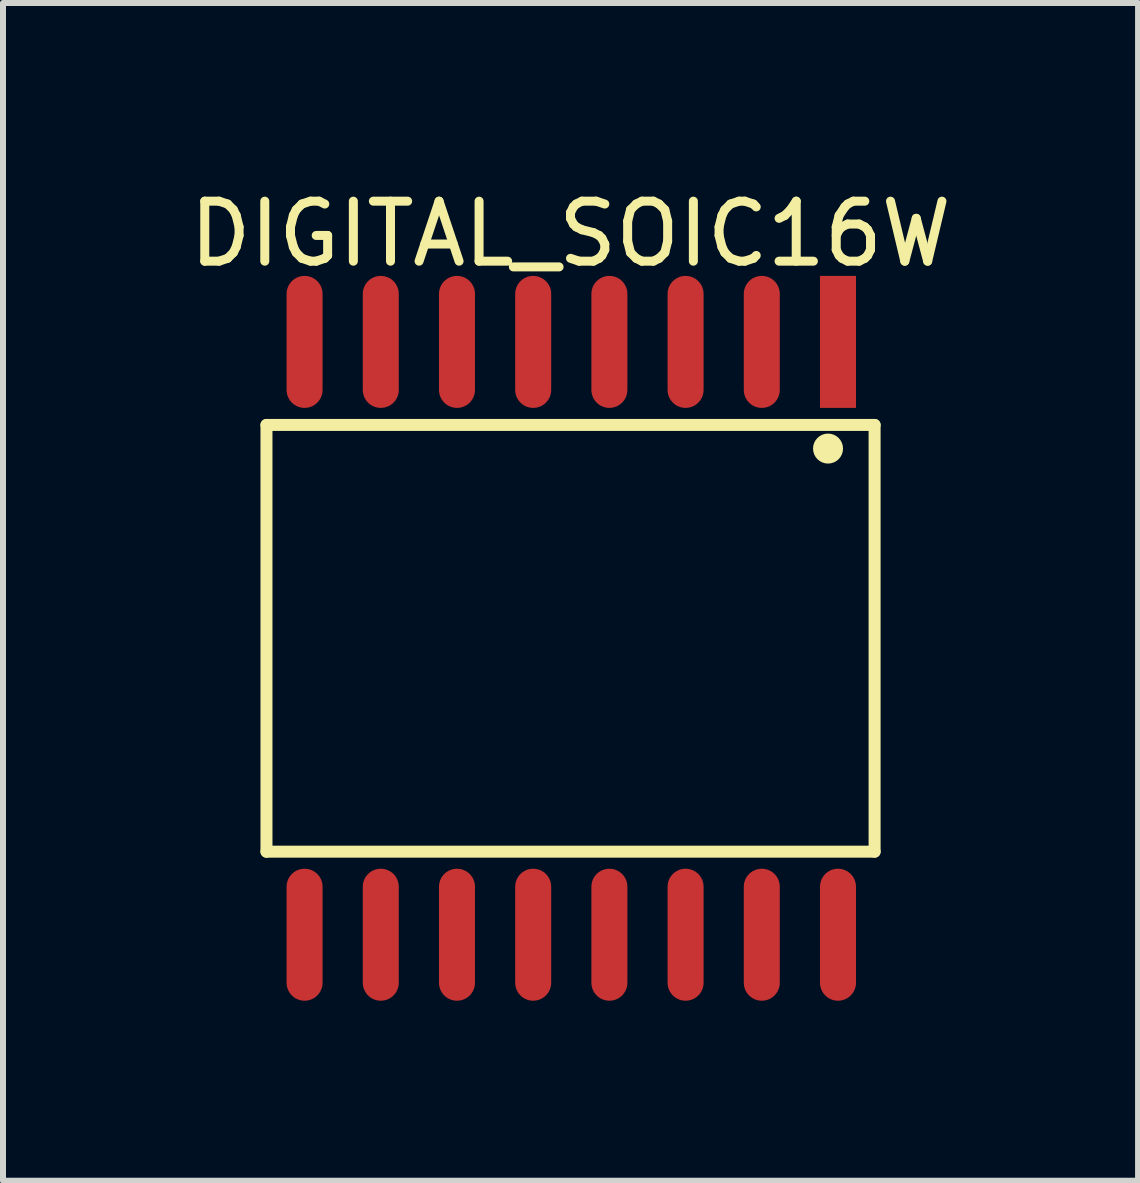
<source format=kicad_pcb>
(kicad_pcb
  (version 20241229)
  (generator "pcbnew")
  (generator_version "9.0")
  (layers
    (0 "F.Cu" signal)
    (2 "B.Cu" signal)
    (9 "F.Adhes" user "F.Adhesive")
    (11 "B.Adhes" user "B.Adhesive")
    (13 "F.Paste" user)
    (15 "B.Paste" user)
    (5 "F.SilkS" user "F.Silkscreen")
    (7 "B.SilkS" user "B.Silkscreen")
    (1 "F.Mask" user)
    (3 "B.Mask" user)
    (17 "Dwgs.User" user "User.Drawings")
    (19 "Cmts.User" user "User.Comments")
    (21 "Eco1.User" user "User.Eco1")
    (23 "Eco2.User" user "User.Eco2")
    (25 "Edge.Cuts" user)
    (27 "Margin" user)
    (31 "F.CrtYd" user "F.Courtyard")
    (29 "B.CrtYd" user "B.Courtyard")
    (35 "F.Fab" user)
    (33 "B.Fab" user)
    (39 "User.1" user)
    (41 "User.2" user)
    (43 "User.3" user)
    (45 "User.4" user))
  (footprint "DIGITAL_SOIC16W"
    (layer "F.Cu")
    (at 6.471 7.588)
    (property "Reference" "DIGITAL_SOIC16W" (at -0.013 -6.74 0) (layer "F.SilkS") (effects (font (size 1 1) (thickness 0.15))))
    (fp_line (start -5.08 -3.556) (end 5.055 -3.556) (stroke (width 0.2) (type solid)) (layer "F.SilkS"))
    (fp_line (start -5.08 3.556) (end -5.08 -3.556) (stroke (width 0.2) (type solid)) (layer "F.SilkS"))
    (fp_line (start -5.08 3.556) (end 5.055 3.556) (stroke (width 0.2) (type solid)) (layer "F.SilkS"))
    (fp_line (start 5.055 3.556) (end 5.055 -3.556) (stroke (width 0.2) (type solid)) (layer "F.SilkS"))
    (fp_circle (center 4.279 -3.162) (end 4.279 -3.287) (stroke (width 0.25) (type solid)) (fill no) (layer "F.SilkS"))
    (pad "1" smd rect (at 4.445 -4.94) (size 0.6 2.2) (layers "F.Cu" "F.Mask" "F.Paste"))
    (pad "2" smd oval (at 3.175 -4.94) (size 0.6 2.2) (layers "F.Cu" "F.Mask" "F.Paste"))
    (pad "3" smd oval (at 1.905 -4.94) (size 0.6 2.2) (layers "F.Cu" "F.Mask" "F.Paste"))
    (pad "4" smd oval (at 0.635 -4.94) (size 0.6 2.2) (layers "F.Cu" "F.Mask" "F.Paste"))
    (pad "5" smd oval (at -0.635 -4.94) (size 0.6 2.2) (layers "F.Cu" "F.Mask" "F.Paste"))
    (pad "6" smd oval (at -1.905 -4.94) (size 0.6 2.2) (layers "F.Cu" "F.Mask" "F.Paste"))
    (pad "7" smd oval (at -3.175 -4.94) (size 0.6 2.2) (layers "F.Cu" "F.Mask" "F.Paste"))
    (pad "8" smd oval (at -4.445 -4.94) (size 0.6 2.2) (layers "F.Cu" "F.Mask" "F.Paste"))
    (pad "9" smd oval (at -4.445 4.94) (size 0.6 2.2) (layers "F.Cu" "F.Mask" "F.Paste"))
    (pad "10" smd oval (at -3.175 4.94) (size 0.6 2.2) (layers "F.Cu" "F.Mask" "F.Paste"))
    (pad "11" smd oval (at -1.905 4.94) (size 0.6 2.2) (layers "F.Cu" "F.Mask" "F.Paste"))
    (pad "12" smd oval (at -0.635 4.94) (size 0.6 2.2) (layers "F.Cu" "F.Mask" "F.Paste"))
    (pad "13" smd oval (at 0.635 4.94) (size 0.6 2.2) (layers "F.Cu" "F.Mask" "F.Paste"))
    (pad "14" smd oval (at 1.905 4.94) (size 0.6 2.2) (layers "F.Cu" "F.Mask" "F.Paste"))
    (pad "15" smd oval (at 3.175 4.94) (size 0.6 2.2) (layers "F.Cu" "F.Mask" "F.Paste"))
    (pad "16" smd oval (at 4.445 4.94) (size 0.6 2.2) (layers "F.Cu" "F.Mask" "F.Paste")))
  (gr_rect
    (start -3 -3)
    (end 15.917 16.628)
    (stroke (width 0.1) (type default))
    (fill no)
    (layer "Edge.Cuts")))
</source>
